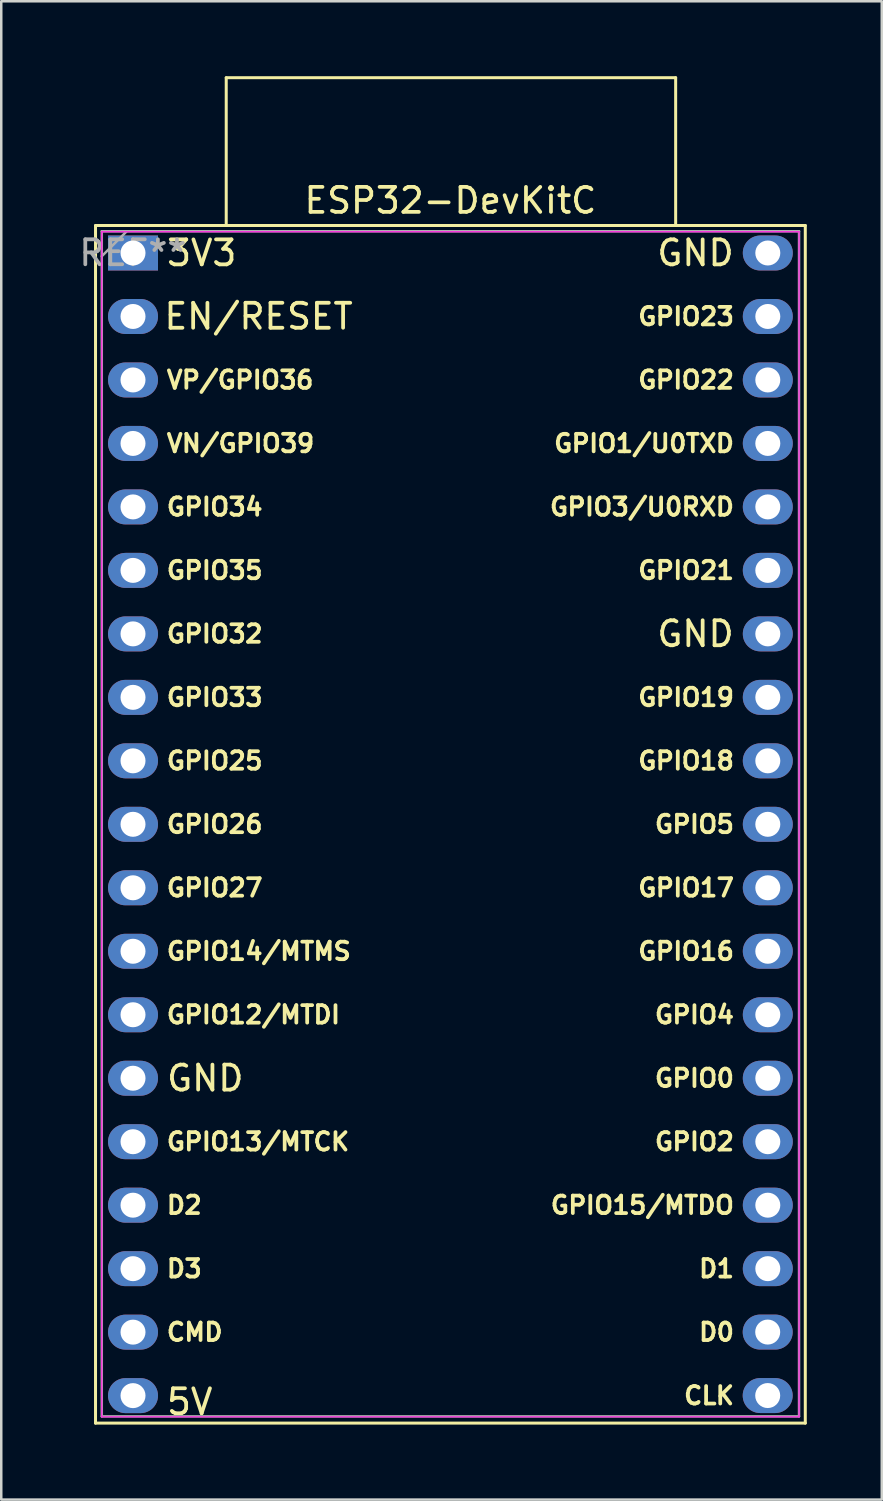
<source format=kicad_pcb>
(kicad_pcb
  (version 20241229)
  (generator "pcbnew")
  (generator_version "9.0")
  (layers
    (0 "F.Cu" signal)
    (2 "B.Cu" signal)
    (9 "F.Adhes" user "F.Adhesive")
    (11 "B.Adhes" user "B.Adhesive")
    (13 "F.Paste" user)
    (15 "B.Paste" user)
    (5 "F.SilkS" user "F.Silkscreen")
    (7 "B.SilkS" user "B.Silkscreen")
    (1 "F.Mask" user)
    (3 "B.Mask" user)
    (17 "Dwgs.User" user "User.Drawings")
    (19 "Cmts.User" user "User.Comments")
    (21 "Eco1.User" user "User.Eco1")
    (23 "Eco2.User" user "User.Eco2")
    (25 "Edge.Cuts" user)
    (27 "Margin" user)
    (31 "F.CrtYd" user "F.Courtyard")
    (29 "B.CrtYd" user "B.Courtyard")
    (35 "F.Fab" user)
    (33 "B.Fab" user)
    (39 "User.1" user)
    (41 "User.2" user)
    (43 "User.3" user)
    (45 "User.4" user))
  (footprint "ESP32-DevKitC"
    (layer "F.Cu")
    (at 2.272 7.073)
    (property "Reference" "ESP32-DevKitC" (at 12.7 -2.1 0) (layer "F.SilkS") (effects (font (size 1 1) (thickness 0.15))))
    (attr through_hole)
    (fp_line (start -1.5 46.82) (end 26.9 46.82) (stroke (width 0.12) (type solid)) (layer "F.SilkS"))
    (fp_line (start -1.5 -1.1) (end -1.5 46.82) (stroke (width 0.12) (type solid)) (layer "F.SilkS"))
    (fp_line (start 3.73 -7.013) (end 21.713 -7.013) (stroke (width 0.12) (type solid)) (layer "F.SilkS"))
    (fp_line (start 3.73 -1.12) (end 3.73 -7.013) (stroke (width 0.12) (type solid)) (layer "F.SilkS"))
    (fp_line (start 21.713 -7.013) (end 21.713 -1.12) (stroke (width 0.12) (type solid)) (layer "F.SilkS"))
    (fp_line (start 26.9 46.82) (end 26.9 -1.1) (stroke (width 0.12) (type solid)) (layer "F.SilkS"))
    (fp_line (start 26.9 -1.1) (end -1.5 -1.1) (stroke (width 0.12) (type solid)) (layer "F.SilkS"))
    (fp_line (start -1.25 -0.85) (end 26.65 -0.85) (stroke (width 0.05) (type solid)) (layer "F.CrtYd"))
    (fp_line (start -1.25 46.57) (end -1.25 -0.85) (stroke (width 0.05) (type solid)) (layer "F.CrtYd"))
    (fp_line (start 26.65 -0.85) (end 26.65 46.57) (stroke (width 0.05) (type solid)) (layer "F.CrtYd"))
    (fp_line (start 26.65 46.57) (end -1.25 46.57) (stroke (width 0.05) (type solid)) (layer "F.CrtYd"))
    (fp_line (start -1.25 -0.87) (end 26.65 -0.87) (stroke (width 0.1) (type solid)) (layer "F.Fab"))
    (fp_line (start -1.25 46.55) (end -1.25 -0.87) (stroke (width 0.1) (type solid)) (layer "F.Fab"))
    (fp_line (start -0.25 -0.87) (end -1.25 0.13) (stroke (width 0.1) (type solid)) (layer "F.Fab"))
    (fp_line (start 26.65 -0.87) (end 26.65 46.55) (stroke (width 0.1) (type solid)) (layer "F.Fab"))
    (fp_line (start 26.65 46.55) (end -1.25 46.55) (stroke (width 0.1) (type solid)) (layer "F.Fab"))
    (fp_text user "GPIO25" (at 1.27 20.32 0) (unlocked yes) (layer "F.SilkS") (effects (font (size 0.7 0.7) (thickness 0.15)) (justify left)))
    (fp_text user "GPIO14/MTMS" (at 1.27 27.94 0) (unlocked yes) (layer "F.SilkS") (effects (font (size 0.7 0.7) (thickness 0.15)) (justify left)))
    (fp_text user "VN/GPIO39" (at 1.27 7.62 0) (unlocked yes) (layer "F.SilkS") (effects (font (size 0.7 0.7) (thickness 0.15)) (justify left)))
    (fp_text user "GPIO32" (at 1.27 15.24 0) (unlocked yes) (layer "F.SilkS") (effects (font (size 0.7 0.7) (thickness 0.15)) (justify left)))
    (fp_text user "GPIO12/MTDI" (at 1.27 30.48 0) (unlocked yes) (layer "F.SilkS") (effects (font (size 0.7 0.7) (thickness 0.15)) (justify left)))
    (fp_text user "GPIO26" (at 1.27 22.86 0) (unlocked yes) (layer "F.SilkS") (effects (font (size 0.7 0.7) (thickness 0.15)) (justify left)))
    (fp_text user "GPIO35" (at 1.27 12.7 0) (unlocked yes) (layer "F.SilkS") (effects (font (size 0.7 0.7) (thickness 0.15)) (justify left)))
    (fp_text user "D3" (at 1.27 40.64 0) (unlocked yes) (layer "F.SilkS") (effects (font (size 0.7 0.7) (thickness 0.15)) (justify left)))
    (fp_text user "EN/RESET" (at 8.886 2.537 0) (unlocked yes) (layer "F.SilkS") (effects (font (size 1 1) (thickness 0.15)) (justify right)))
    (fp_text user "VP/GPIO36" (at 1.27 5.08 0) (unlocked yes) (layer "F.SilkS") (effects (font (size 0.7 0.7) (thickness 0.15)) (justify left)))
    (fp_text user "GPIO15/MTDO" (at 24.13 38.1 0) (unlocked yes) (layer "F.SilkS") (effects (font (size 0.7 0.7) (thickness 0.15)) (justify right)))
    (fp_text user "GND" (at 24.13 15.24 0) (unlocked yes) (layer "F.SilkS") (effects (font (size 1 1) (thickness 0.15)) (justify right)))
    (fp_text user "GPIO1/U0TXD" (at 24.13 7.62 0) (unlocked yes) (layer "F.SilkS") (effects (font (size 0.7 0.7) (thickness 0.15)) (justify right)))
    (fp_text user "5V" (at 1.266 45.971 0) (unlocked yes) (layer "F.SilkS") (effects (font (size 1 1) (thickness 0.15)) (justify left)))
    (fp_text user "CMD" (at 1.27 43.18 0) (unlocked yes) (layer "F.SilkS") (effects (font (size 0.7 0.7) (thickness 0.15)) (justify left)))
    (fp_text user "GND" (at 1.27 33.02 0) (unlocked yes) (layer "F.SilkS") (effects (font (size 1 1) (thickness 0.15)) (justify left)))
    (fp_text user "GPIO27" (at 1.27 25.4 0) (unlocked yes) (layer "F.SilkS") (effects (font (size 0.7 0.7) (thickness 0.15)) (justify left)))
    (fp_text user "GPIO16" (at 24.13 27.94 0) (unlocked yes) (layer "F.SilkS") (effects (font (size 0.7 0.7) (thickness 0.15)) (justify right)))
    (fp_text user "GPIO22" (at 24.13 5.08 0) (unlocked yes) (layer "F.SilkS") (effects (font (size 0.7 0.7) (thickness 0.15)) (justify right)))
    (fp_text user "GPIO2" (at 24.13 35.56 0) (unlocked yes) (layer "F.SilkS") (effects (font (size 0.7 0.7) (thickness 0.15)) (justify right)))
    (fp_text user "GPIO3/U0RXD" (at 24.13 10.16 0) (unlocked yes) (layer "F.SilkS") (effects (font (size 0.7 0.7) (thickness 0.15)) (justify right)))
    (fp_text user "GPIO17" (at 24.13 25.4 0) (unlocked yes) (layer "F.SilkS") (effects (font (size 0.7 0.7) (thickness 0.15)) (justify right)))
    (fp_text user "GPIO21" (at 24.13 12.7 0) (unlocked yes) (layer "F.SilkS") (effects (font (size 0.7 0.7) (thickness 0.15)) (justify right)))
    (fp_text user "GPIO34" (at 1.27 10.16 0) (unlocked yes) (layer "F.SilkS") (effects (font (size 0.7 0.7) (thickness 0.15)) (justify left)))
    (fp_text user "D0" (at 24.13 43.18 0) (unlocked yes) (layer "F.SilkS") (effects (font (size 0.7 0.7) (thickness 0.15)) (justify right)))
    (fp_text user "3V3" (at 1.27 0 0) (unlocked yes) (layer "F.SilkS") (effects (font (size 1 1) (thickness 0.15)) (justify left)))
    (fp_text user "GND" (at 24.13 0 0) (unlocked yes) (layer "F.SilkS") (effects (font (size 1 1) (thickness 0.15)) (justify right)))
    (fp_text user "GPIO23" (at 24.13 2.54 0) (unlocked yes) (layer "F.SilkS") (effects (font (size 0.7 0.7) (thickness 0.15)) (justify right)))
    (fp_text user "GPIO19" (at 24.13 17.78 0) (unlocked yes) (layer "F.SilkS") (effects (font (size 0.7 0.7) (thickness 0.15)) (justify right)))
    (fp_text user "GPIO33" (at 1.27 17.78 0) (unlocked yes) (layer "F.SilkS") (effects (font (size 0.7 0.7) (thickness 0.15)) (justify left)))
    (fp_text user "GPIO5" (at 24.13 22.86 0) (unlocked yes) (layer "F.SilkS") (effects (font (size 0.7 0.7) (thickness 0.15)) (justify right)))
    (fp_text user "GPIO18" (at 24.13 20.32 0) (unlocked yes) (layer "F.SilkS") (effects (font (size 0.7 0.7) (thickness 0.15)) (justify right)))
    (fp_text user "GPIO4" (at 24.13 30.48 0) (unlocked yes) (layer "F.SilkS") (effects (font (size 0.7 0.7) (thickness 0.15)) (justify right)))
    (fp_text user "D2" (at 1.27 38.1 0) (unlocked yes) (layer "F.SilkS") (effects (font (size 0.7 0.7) (thickness 0.15)) (justify left)))
    (fp_text user "D1" (at 24.13 40.64 0) (unlocked yes) (layer "F.SilkS") (effects (font (size 0.7 0.7) (thickness 0.15)) (justify right)))
    (fp_text user "GPIO0" (at 24.13 33.02 0) (unlocked yes) (layer "F.SilkS") (effects (font (size 0.7 0.7) (thickness 0.15)) (justify right)))
    (fp_text user "GPIO13/MTCK" (at 1.27 35.56 0) (unlocked yes) (layer "F.SilkS") (effects (font (size 0.7 0.7) (thickness 0.15)) (justify left)))
    (fp_text user "CLK" (at 24.13 45.72 0) (unlocked yes) (layer "F.SilkS") (effects (font (size 0.7 0.7) (thickness 0.15)) (justify right)))
    (fp_text user "REF**" (at -0.004 -0.003 0) (layer "F.Fab") (effects (font (size 1 1) (thickness 0.15))))
    (pad "1" thru_hole rect (at 0 0 270) (size 1.4 2) (drill 1) (layers "*.Cu" "*.Mask"))
    (pad "2" thru_hole oval (at 0 2.54 270) (size 1.4 2) (drill 1) (layers "*.Cu" "*.Mask"))
    (pad "3" thru_hole oval (at 0 5.08 270) (size 1.4 2) (drill 1) (layers "*.Cu" "*.Mask"))
    (pad "4" thru_hole oval (at 0 7.62 270) (size 1.4 2) (drill 1) (layers "*.Cu" "*.Mask"))
    (pad "5" thru_hole oval (at 0 10.16 270) (size 1.4 2) (drill 1) (layers "*.Cu" "*.Mask"))
    (pad "6" thru_hole oval (at 0 12.7 270) (size 1.4 2) (drill 1) (layers "*.Cu" "*.Mask"))
    (pad "7" thru_hole oval (at 0 15.24 270) (size 1.4 2) (drill 1) (layers "*.Cu" "*.Mask"))
    (pad "8" thru_hole oval (at 0 17.78 270) (size 1.4 2) (drill 1) (layers "*.Cu" "*.Mask"))
    (pad "9" thru_hole oval (at 0 20.32 270) (size 1.4 2) (drill 1) (layers "*.Cu" "*.Mask"))
    (pad "10" thru_hole oval (at 0 22.86 270) (size 1.4 2) (drill 1) (layers "*.Cu" "*.Mask"))
    (pad "11" thru_hole oval (at 0 25.4 270) (size 1.4 2) (drill 1) (layers "*.Cu" "*.Mask"))
    (pad "12" thru_hole oval (at 0 27.94 270) (size 1.4 2) (drill 1) (layers "*.Cu" "*.Mask"))
    (pad "13" thru_hole oval (at 0 30.48 270) (size 1.4 2) (drill 1) (layers "*.Cu" "*.Mask"))
    (pad "14" thru_hole oval (at 0 33.02 270) (size 1.4 2) (drill 1) (layers "*.Cu" "*.Mask"))
    (pad "15" thru_hole oval (at 0 35.56 270) (size 1.4 2) (drill 1) (layers "*.Cu" "*.Mask"))
    (pad "16" thru_hole oval (at 0 38.1 270) (size 1.4 2) (drill 1) (layers "*.Cu" "*.Mask"))
    (pad "17" thru_hole oval (at 0 40.64 270) (size 1.4 2) (drill 1) (layers "*.Cu" "*.Mask"))
    (pad "18" thru_hole oval (at 0 43.18 270) (size 1.4 2) (drill 1) (layers "*.Cu" "*.Mask"))
    (pad "19" thru_hole oval (at 0 45.72 270) (size 1.4 2) (drill 1) (layers "*.Cu" "*.Mask"))
    (pad "20" thru_hole oval (at 25.396 45.717 270) (size 1.4 2) (drill 1) (layers "*.Cu" "*.Mask"))
    (pad "21" thru_hole oval (at 25.396 43.177 270) (size 1.4 2) (drill 1) (layers "*.Cu" "*.Mask"))
    (pad "22" thru_hole oval (at 25.4 40.64 270) (size 1.4 2) (drill 1) (layers "*.Cu" "*.Mask"))
    (pad "23" thru_hole oval (at 25.4 38.1 270) (size 1.4 2) (drill 1) (layers "*.Cu" "*.Mask"))
    (pad "24" thru_hole oval (at 25.4 35.56 270) (size 1.4 2) (drill 1) (layers "*.Cu" "*.Mask"))
    (pad "25" thru_hole oval (at 25.4 33.02 270) (size 1.4 2) (drill 1) (layers "*.Cu" "*.Mask"))
    (pad "26" thru_hole oval (at 25.4 30.48 270) (size 1.4 2) (drill 1) (layers "*.Cu" "*.Mask"))
    (pad "27" thru_hole oval (at 25.4 27.94 270) (size 1.4 2) (drill 1) (layers "*.Cu" "*.Mask"))
    (pad "28" thru_hole oval (at 25.4 25.4 270) (size 1.4 2) (drill 1) (layers "*.Cu" "*.Mask"))
    (pad "29" thru_hole oval (at 25.4 22.86 270) (size 1.4 2) (drill 1) (layers "*.Cu" "*.Mask"))
    (pad "30" thru_hole oval (at 25.4 20.32 270) (size 1.4 2) (drill 1) (layers "*.Cu" "*.Mask"))
    (pad "31" thru_hole oval (at 25.4 17.78 270) (size 1.4 2) (drill 1) (layers "*.Cu" "*.Mask"))
    (pad "32" thru_hole oval (at 25.4 15.24 270) (size 1.4 2) (drill 1) (layers "*.Cu" "*.Mask"))
    (pad "33" thru_hole oval (at 25.4 12.7 270) (size 1.4 2) (drill 1) (layers "*.Cu" "*.Mask"))
    (pad "34" thru_hole oval (at 25.4 10.16 270) (size 1.4 2) (drill 1) (layers "*.Cu" "*.Mask"))
    (pad "35" thru_hole oval (at 25.4 7.62 270) (size 1.4 2) (drill 1) (layers "*.Cu" "*.Mask"))
    (pad "36" thru_hole oval (at 25.4 5.08 270) (size 1.4 2) (drill 1) (layers "*.Cu" "*.Mask"))
    (pad "37" thru_hole oval (at 25.4 2.54 270) (size 1.4 2) (drill 1) (layers "*.Cu" "*.Mask"))
    (pad "38" thru_hole oval (at 25.4 0 270) (size 1.4 2) (drill 1) (layers "*.Cu" "*.Mask"))
    (zone (net_name "") (layers "F.Cu" "B.Cu") (name "ANTENNA") (hatch edge 0.5) (connect_pads) (min_thickness 0.25) (filled_areas_thickness no) (keepout (tracks not_allowed) (vias not_allowed) (pads not_allowed) (copperpour not_allowed) (footprints allowed)) (placement (enabled no)) (fill) (polygon (pts (xy 4.202 0.01) (xy 4.222 10.873) (xy 26.272 10.873) (xy 26.285 0.01)))))
  (gr_rect
    (start -3 -3)
    (end 32.232 56.953)
    (stroke (width 0.1) (type default))
    (fill no)
    (layer "Edge.Cuts")))
</source>
